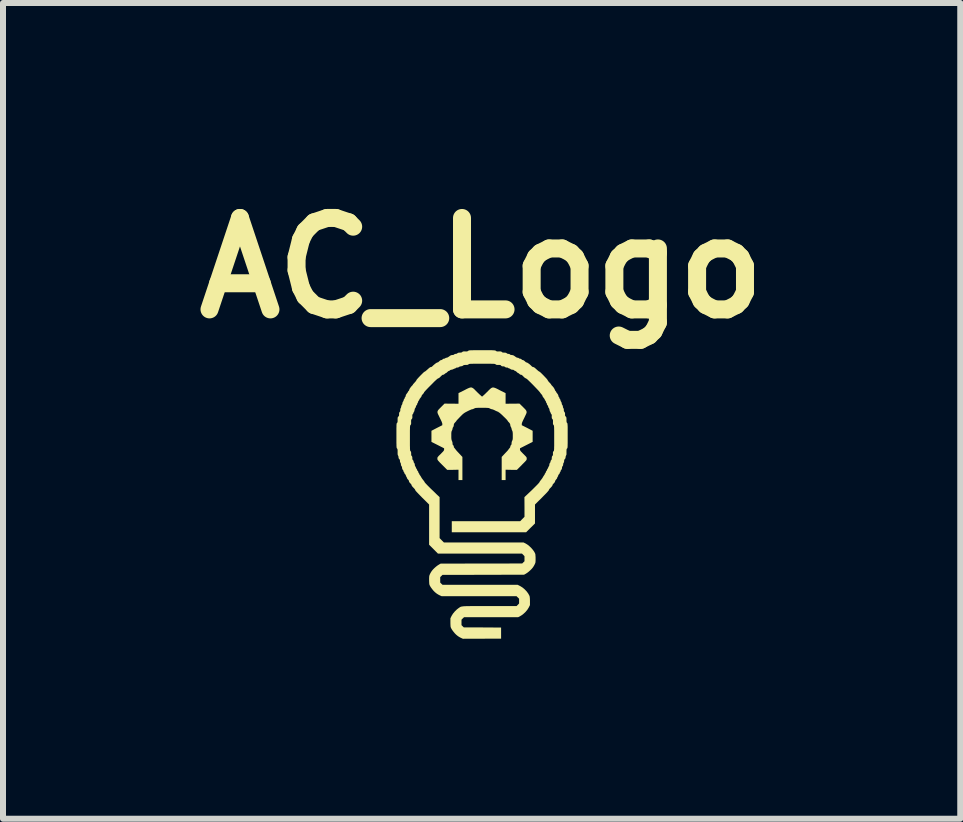
<source format=kicad_pcb>
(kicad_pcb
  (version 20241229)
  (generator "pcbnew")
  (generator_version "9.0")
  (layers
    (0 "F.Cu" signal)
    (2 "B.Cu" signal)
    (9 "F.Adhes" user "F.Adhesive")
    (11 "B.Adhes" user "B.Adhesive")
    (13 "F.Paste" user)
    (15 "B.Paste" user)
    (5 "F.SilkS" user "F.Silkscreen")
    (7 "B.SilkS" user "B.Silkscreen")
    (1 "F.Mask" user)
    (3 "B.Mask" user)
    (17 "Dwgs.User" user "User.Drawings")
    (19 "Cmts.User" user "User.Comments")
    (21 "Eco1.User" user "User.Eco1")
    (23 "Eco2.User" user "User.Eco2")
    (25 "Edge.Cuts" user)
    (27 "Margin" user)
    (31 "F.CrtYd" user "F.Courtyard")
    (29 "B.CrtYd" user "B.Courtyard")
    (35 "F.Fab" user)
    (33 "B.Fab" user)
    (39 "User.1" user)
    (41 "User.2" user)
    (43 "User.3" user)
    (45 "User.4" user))
  (footprint "AC_Logo"
    (layer "F.Cu")
    (at 4.978 5.228)
    (property "Reference" "AC_Logo" (at 0 -3.81 0) (layer "F.SilkS") (effects (font (size 1.524 1.524) (thickness 0.3))))
    (attr board_only exclude_from_pos_files exclude_from_bom)
    (fp_poly (pts (xy 0.203 -1.818) (xy 0.223 -1.812) (xy 0.247 -1.802) (xy 0.277 -1.787) (xy 0.305 -1.772) (xy 0.4 -1.725) (xy 0.4 -1.548) (xy 0.516 -1.549) (xy 0.632 -1.55) (xy 0.692 -1.491) (xy 0.715 -1.468) (xy 0.732 -1.45) (xy 0.743 -1.435) (xy 0.749 -1.42) (xy 0.751 -1.406) (xy 0.747 -1.389) (xy 0.738 -1.368) (xy 0.725 -1.341) (xy 0.711 -1.311) (xy 0.695 -1.279) (xy 0.683 -1.253) (xy 0.675 -1.234) (xy 0.671 -1.22) (xy 0.67 -1.21) (xy 0.67 -1.19) (xy 0.761 -1.144) (xy 0.851 -1.097) (xy 0.851 -0.912) (xy 0.64 -0.805) (xy 0.64 -0.786) (xy 0.64 -0.778) (xy 0.643 -0.771) (xy 0.648 -0.763) (xy 0.656 -0.752) (xy 0.67 -0.738) (xy 0.689 -0.718) (xy 0.696 -0.711) (xy 0.717 -0.69) (xy 0.732 -0.675) (xy 0.742 -0.664) (xy 0.748 -0.655) (xy 0.751 -0.648) (xy 0.752 -0.64) (xy 0.752 -0.633) (xy 0.752 -0.625) (xy 0.751 -0.618) (xy 0.748 -0.612) (xy 0.743 -0.603) (xy 0.734 -0.593) (xy 0.721 -0.579) (xy 0.703 -0.561) (xy 0.679 -0.537) (xy 0.67 -0.527) (xy 0.588 -0.445) (xy 0.494 -0.446) (xy 0.4 -0.448) (xy 0.4 -0.275) (xy 0.335 -0.275) (xy 0.335 -0.661) (xy 0.391 -0.721) (xy 0.41 -0.741) (xy 0.427 -0.759) (xy 0.44 -0.774) (xy 0.447 -0.783) (xy 0.449 -0.786) (xy 0.454 -0.794) (xy 0.463 -0.804) (xy 0.466 -0.808) (xy 0.477 -0.823) (xy 0.479 -0.834) (xy 0.481 -0.846) (xy 0.488 -0.856) (xy 0.497 -0.867) (xy 0.5 -0.88) (xy 0.499 -0.887) (xy 0.502 -0.911) (xy 0.509 -0.929) (xy 0.514 -0.939) (xy 0.517 -0.949) (xy 0.519 -0.962) (xy 0.52 -0.981) (xy 0.52 -1.006) (xy 0.52 -1.015) (xy 0.52 -1.043) (xy 0.519 -1.063) (xy 0.517 -1.077) (xy 0.515 -1.088) (xy 0.511 -1.098) (xy 0.509 -1.101) (xy 0.503 -1.116) (xy 0.499 -1.129) (xy 0.499 -1.133) (xy 0.497 -1.144) (xy 0.49 -1.156) (xy 0.49 -1.157) (xy 0.481 -1.175) (xy 0.478 -1.193) (xy 0.476 -1.207) (xy 0.471 -1.218) (xy 0.461 -1.231) (xy 0.456 -1.237) (xy 0.444 -1.249) (xy 0.437 -1.259) (xy 0.434 -1.263) (xy 0.431 -1.269) (xy 0.422 -1.28) (xy 0.408 -1.295) (xy 0.391 -1.312) (xy 0.371 -1.331) (xy 0.352 -1.35) (xy 0.333 -1.368) (xy 0.316 -1.383) (xy 0.303 -1.394) (xy 0.295 -1.4) (xy 0.295 -1.4) (xy 0.284 -1.406) (xy 0.28 -1.41) (xy 0.28 -1.411) (xy 0.276 -1.414) (xy 0.272 -1.415) (xy 0.265 -1.417) (xy 0.251 -1.423) (xy 0.233 -1.431) (xy 0.224 -1.436) (xy 0.205 -1.445) (xy 0.188 -1.452) (xy 0.177 -1.455) (xy 0.174 -1.456) (xy 0.165 -1.457) (xy 0.151 -1.462) (xy 0.141 -1.467) (xy 0.132 -1.471) (xy 0.124 -1.475) (xy 0.115 -1.477) (xy 0.103 -1.478) (xy 0.088 -1.479) (xy 0.067 -1.48) (xy 0.039 -1.48) (xy 0.007 -1.48) (xy -0.028 -1.48) (xy -0.055 -1.48) (xy -0.075 -1.479) (xy -0.09 -1.478) (xy -0.101 -1.477) (xy -0.11 -1.474) (xy -0.118 -1.471) (xy -0.126 -1.467) (xy -0.141 -1.46) (xy -0.154 -1.456) (xy -0.159 -1.456) (xy -0.166 -1.454) (xy -0.181 -1.448) (xy -0.2 -1.44) (xy -0.223 -1.429) (xy -0.233 -1.424) (xy -0.256 -1.412) (xy -0.275 -1.402) (xy -0.29 -1.392) (xy -0.305 -1.381) (xy -0.32 -1.368) (xy -0.338 -1.35) (xy -0.359 -1.329) (xy -0.379 -1.308) (xy -0.396 -1.29) (xy -0.41 -1.276) (xy -0.418 -1.266) (xy -0.42 -1.262) (xy -0.423 -1.257) (xy -0.431 -1.248) (xy -0.441 -1.237) (xy -0.453 -1.223) (xy -0.46 -1.212) (xy -0.463 -1.199) (xy -0.463 -1.193) (xy -0.467 -1.17) (xy -0.475 -1.157) (xy -0.482 -1.145) (xy -0.484 -1.133) (xy -0.484 -1.133) (xy -0.486 -1.122) (xy -0.491 -1.108) (xy -0.494 -1.101) (xy -0.499 -1.092) (xy -0.502 -1.081) (xy -0.504 -1.068) (xy -0.505 -1.05) (xy -0.505 -1.025) (xy -0.505 -1.015) (xy -0.505 -0.987) (xy -0.504 -0.967) (xy -0.502 -0.953) (xy -0.5 -0.941) (xy -0.496 -0.932) (xy -0.494 -0.929) (xy -0.486 -0.904) (xy -0.484 -0.887) (xy -0.484 -0.872) (xy -0.478 -0.86) (xy -0.473 -0.856) (xy -0.464 -0.843) (xy -0.464 -0.834) (xy -0.462 -0.822) (xy -0.451 -0.808) (xy -0.442 -0.797) (xy -0.435 -0.788) (xy -0.434 -0.786) (xy -0.43 -0.781) (xy -0.421 -0.77) (xy -0.407 -0.754) (xy -0.389 -0.735) (xy -0.376 -0.721) (xy -0.32 -0.661) (xy -0.32 -0.275) (xy -0.385 -0.275) (xy -0.385 -0.361) (xy -0.385 -0.448) (xy -0.479 -0.446) (xy -0.573 -0.445) (xy -0.655 -0.527) (xy -0.681 -0.553) (xy -0.701 -0.573) (xy -0.715 -0.589) (xy -0.725 -0.6) (xy -0.731 -0.609) (xy -0.735 -0.616) (xy -0.737 -0.623) (xy -0.737 -0.63) (xy -0.737 -0.633) (xy -0.737 -0.641) (xy -0.736 -0.649) (xy -0.733 -0.656) (xy -0.726 -0.665) (xy -0.716 -0.677) (xy -0.7 -0.693) (xy -0.681 -0.711) (xy -0.66 -0.733) (xy -0.645 -0.748) (xy -0.635 -0.76) (xy -0.629 -0.769) (xy -0.626 -0.776) (xy -0.625 -0.783) (xy -0.625 -0.786) (xy -0.625 -0.805) (xy -0.731 -0.859) (xy -0.836 -0.912) (xy -0.836 -1.097) (xy -0.746 -1.144) (xy -0.655 -1.19) (xy -0.655 -1.21) (xy -0.656 -1.221) (xy -0.661 -1.235) (xy -0.668 -1.254) (xy -0.68 -1.279) (xy -0.696 -1.311) (xy -0.712 -1.345) (xy -0.725 -1.371) (xy -0.733 -1.391) (xy -0.736 -1.408) (xy -0.734 -1.422) (xy -0.727 -1.437) (xy -0.715 -1.452) (xy -0.697 -1.471) (xy -0.677 -1.491) (xy -0.618 -1.55) (xy -0.385 -1.548) (xy -0.385 -1.725) (xy -0.29 -1.772) (xy -0.254 -1.791) (xy -0.225 -1.805) (xy -0.203 -1.814) (xy -0.184 -1.819) (xy -0.168 -1.819) (xy -0.153 -1.813) (xy -0.137 -1.803) (xy -0.119 -1.787) (xy -0.097 -1.764) (xy -0.076 -1.743) (xy -0.053 -1.721) (xy -0.032 -1.701) (xy -0.014 -1.685) (xy -0.001 -1.673) (xy 0.007 -1.668) (xy 0.008 -1.667) (xy 0.014 -1.671) (xy 0.025 -1.681) (xy 0.041 -1.695) (xy 0.061 -1.714) (xy 0.083 -1.736) (xy 0.092 -1.744) (xy 0.118 -1.771) (xy 0.139 -1.791) (xy 0.156 -1.806) (xy 0.172 -1.815) (xy 0.187 -1.819)) (stroke (width 0) (type solid)) (fill yes) (layer "F.SilkS"))
    (fp_poly (pts (xy 0.06 -2.44) (xy 0.103 -2.44) (xy 0.139 -2.44) (xy 0.167 -2.44) (xy 0.188 -2.439) (xy 0.205 -2.438) (xy 0.217 -2.437) (xy 0.225 -2.436) (xy 0.23 -2.435) (xy 0.234 -2.433) (xy 0.237 -2.43) (xy 0.238 -2.429) (xy 0.246 -2.424) (xy 0.254 -2.421) (xy 0.267 -2.419) (xy 0.287 -2.42) (xy 0.289 -2.42) (xy 0.309 -2.42) (xy 0.322 -2.419) (xy 0.331 -2.416) (xy 0.337 -2.411) (xy 0.337 -2.41) (xy 0.345 -2.404) (xy 0.356 -2.401) (xy 0.374 -2.4) (xy 0.377 -2.4) (xy 0.396 -2.399) (xy 0.408 -2.396) (xy 0.418 -2.39) (xy 0.419 -2.389) (xy 0.434 -2.38) (xy 0.447 -2.379) (xy 0.463 -2.377) (xy 0.472 -2.37) (xy 0.484 -2.362) (xy 0.503 -2.36) (xy 0.503 -2.36) (xy 0.526 -2.356) (xy 0.541 -2.348) (xy 0.562 -2.333) (xy 0.577 -2.323) (xy 0.588 -2.317) (xy 0.597 -2.315) (xy 0.6 -2.315) (xy 0.614 -2.312) (xy 0.622 -2.306) (xy 0.634 -2.299) (xy 0.641 -2.299) (xy 0.655 -2.296) (xy 0.665 -2.288) (xy 0.678 -2.278) (xy 0.69 -2.275) (xy 0.704 -2.27) (xy 0.721 -2.256) (xy 0.722 -2.255) (xy 0.733 -2.245) (xy 0.741 -2.238) (xy 0.744 -2.237) (xy 0.75 -2.237) (xy 0.762 -2.232) (xy 0.778 -2.222) (xy 0.795 -2.21) (xy 0.811 -2.196) (xy 0.822 -2.186) (xy 0.838 -2.17) (xy 0.85 -2.162) (xy 0.859 -2.158) (xy 0.862 -2.159) (xy 0.869 -2.158) (xy 0.879 -2.152) (xy 0.893 -2.141) (xy 0.912 -2.124) (xy 0.915 -2.121) (xy 0.932 -2.106) (xy 0.947 -2.093) (xy 0.958 -2.086) (xy 0.963 -2.083) (xy 0.968 -2.081) (xy 0.979 -2.072) (xy 0.994 -2.058) (xy 1.011 -2.041) (xy 1.03 -2.022) (xy 1.049 -2.002) (xy 1.067 -1.983) (xy 1.083 -1.966) (xy 1.094 -1.952) (xy 1.101 -1.943) (xy 1.101 -1.941) (xy 1.106 -1.932) (xy 1.115 -1.919) (xy 1.128 -1.904) (xy 1.132 -1.901) (xy 1.145 -1.887) (xy 1.155 -1.875) (xy 1.16 -1.868) (xy 1.16 -1.867) (xy 1.163 -1.86) (xy 1.171 -1.852) (xy 1.184 -1.838) (xy 1.198 -1.822) (xy 1.209 -1.805) (xy 1.217 -1.791) (xy 1.22 -1.783) (xy 1.224 -1.772) (xy 1.232 -1.76) (xy 1.232 -1.76) (xy 1.24 -1.752) (xy 1.243 -1.746) (xy 1.243 -1.746) (xy 1.244 -1.741) (xy 1.251 -1.731) (xy 1.26 -1.72) (xy 1.274 -1.699) (xy 1.28 -1.683) (xy 1.28 -1.681) (xy 1.283 -1.667) (xy 1.29 -1.658) (xy 1.296 -1.649) (xy 1.297 -1.643) (xy 1.299 -1.635) (xy 1.305 -1.628) (xy 1.313 -1.616) (xy 1.315 -1.605) (xy 1.319 -1.591) (xy 1.325 -1.583) (xy 1.333 -1.568) (xy 1.335 -1.555) (xy 1.339 -1.536) (xy 1.345 -1.528) (xy 1.353 -1.514) (xy 1.355 -1.501) (xy 1.357 -1.486) (xy 1.363 -1.474) (xy 1.364 -1.474) (xy 1.37 -1.46) (xy 1.371 -1.444) (xy 1.371 -1.428) (xy 1.378 -1.415) (xy 1.38 -1.412) (xy 1.387 -1.402) (xy 1.391 -1.391) (xy 1.391 -1.374) (xy 1.391 -1.357) (xy 1.393 -1.346) (xy 1.4 -1.337) (xy 1.402 -1.335) (xy 1.408 -1.329) (xy 1.412 -1.321) (xy 1.414 -1.311) (xy 1.415 -1.295) (xy 1.415 -1.28) (xy 1.415 -1.258) (xy 1.417 -1.244) (xy 1.419 -1.235) (xy 1.424 -1.229) (xy 1.425 -1.228) (xy 1.427 -1.225) (xy 1.43 -1.222) (xy 1.431 -1.216) (xy 1.432 -1.208) (xy 1.433 -1.197) (xy 1.434 -1.181) (xy 1.435 -1.159) (xy 1.435 -1.131) (xy 1.435 -1.095) (xy 1.435 -1.051) (xy 1.435 -1.015) (xy 1.435 -0.965) (xy 1.435 -0.923) (xy 1.435 -0.89) (xy 1.434 -0.864) (xy 1.434 -0.844) (xy 1.433 -0.829) (xy 1.432 -0.819) (xy 1.431 -0.812) (xy 1.429 -0.807) (xy 1.427 -0.804) (xy 1.425 -0.802) (xy 1.42 -0.797) (xy 1.417 -0.79) (xy 1.416 -0.779) (xy 1.415 -0.762) (xy 1.415 -0.744) (xy 1.415 -0.72) (xy 1.415 -0.703) (xy 1.412 -0.693) (xy 1.409 -0.686) (xy 1.408 -0.686) (xy 1.403 -0.674) (xy 1.4 -0.658) (xy 1.4 -0.657) (xy 1.398 -0.64) (xy 1.389 -0.627) (xy 1.387 -0.625) (xy 1.378 -0.613) (xy 1.376 -0.599) (xy 1.376 -0.594) (xy 1.374 -0.575) (xy 1.369 -0.566) (xy 1.362 -0.554) (xy 1.36 -0.537) (xy 1.357 -0.518) (xy 1.35 -0.507) (xy 1.342 -0.495) (xy 1.34 -0.478) (xy 1.338 -0.461) (xy 1.33 -0.448) (xy 1.327 -0.445) (xy 1.319 -0.434) (xy 1.317 -0.424) (xy 1.317 -0.424) (xy 1.315 -0.415) (xy 1.309 -0.407) (xy 1.303 -0.398) (xy 1.302 -0.392) (xy 1.3 -0.385) (xy 1.293 -0.375) (xy 1.289 -0.372) (xy 1.28 -0.36) (xy 1.276 -0.35) (xy 1.277 -0.349) (xy 1.275 -0.34) (xy 1.269 -0.332) (xy 1.262 -0.321) (xy 1.26 -0.313) (xy 1.257 -0.303) (xy 1.248 -0.291) (xy 1.242 -0.285) (xy 1.23 -0.269) (xy 1.225 -0.255) (xy 1.225 -0.255) (xy 1.221 -0.242) (xy 1.208 -0.226) (xy 1.202 -0.22) (xy 1.189 -0.205) (xy 1.182 -0.194) (xy 1.182 -0.189) (xy 1.179 -0.181) (xy 1.169 -0.168) (xy 1.153 -0.15) (xy 1.152 -0.149) (xy 1.135 -0.132) (xy 1.125 -0.118) (xy 1.122 -0.11) (xy 1.122 -0.109) (xy 1.119 -0.103) (xy 1.108 -0.09) (xy 1.091 -0.07) (xy 1.066 -0.044) (xy 1.033 -0.011) (xy 1.007 0.016) (xy 0.89 0.132) (xy 0.89 0.29) (xy 0.89 0.448) (xy 0.816 0.521) (xy 0.742 0.595) (xy -0.497 0.595) (xy -0.497 0.41) (xy 0.643 0.41) (xy 0.715 0.337) (xy 0.715 0.173) (xy 0.714 0.009) (xy 0.768 -0.042) (xy 0.806 -0.078) (xy 0.841 -0.111) (xy 0.873 -0.143) (xy 0.901 -0.171) (xy 0.925 -0.195) (xy 0.944 -0.215) (xy 0.957 -0.23) (xy 0.964 -0.239) (xy 0.965 -0.241) (xy 0.968 -0.248) (xy 0.976 -0.26) (xy 0.987 -0.274) (xy 0.988 -0.275) (xy 1.001 -0.292) (xy 1.014 -0.31) (xy 1.021 -0.322) (xy 1.03 -0.338) (xy 1.041 -0.354) (xy 1.043 -0.357) (xy 1.05 -0.367) (xy 1.053 -0.374) (xy 1.053 -0.375) (xy 1.054 -0.381) (xy 1.06 -0.388) (xy 1.068 -0.398) (xy 1.07 -0.407) (xy 1.074 -0.419) (xy 1.08 -0.427) (xy 1.088 -0.437) (xy 1.09 -0.444) (xy 1.093 -0.454) (xy 1.098 -0.461) (xy 1.106 -0.473) (xy 1.109 -0.481) (xy 1.113 -0.492) (xy 1.12 -0.504) (xy 1.129 -0.522) (xy 1.129 -0.533) (xy 1.132 -0.55) (xy 1.14 -0.562) (xy 1.148 -0.575) (xy 1.149 -0.584) (xy 1.151 -0.596) (xy 1.158 -0.606) (xy 1.166 -0.615) (xy 1.169 -0.627) (xy 1.17 -0.643) (xy 1.171 -0.661) (xy 1.175 -0.672) (xy 1.18 -0.678) (xy 1.186 -0.685) (xy 1.189 -0.695) (xy 1.19 -0.712) (xy 1.189 -0.716) (xy 1.189 -0.734) (xy 1.192 -0.746) (xy 1.198 -0.755) (xy 1.199 -0.757) (xy 1.202 -0.76) (xy 1.204 -0.763) (xy 1.206 -0.768) (xy 1.207 -0.775) (xy 1.208 -0.786) (xy 1.209 -0.801) (xy 1.209 -0.821) (xy 1.21 -0.847) (xy 1.21 -0.88) (xy 1.21 -0.921) (xy 1.21 -0.971) (xy 1.21 -0.975) (xy 1.21 -1.026) (xy 1.21 -1.068) (xy 1.21 -1.101) (xy 1.209 -1.128) (xy 1.209 -1.148) (xy 1.208 -1.163) (xy 1.207 -1.174) (xy 1.206 -1.182) (xy 1.204 -1.187) (xy 1.202 -1.19) (xy 1.199 -1.193) (xy 1.199 -1.193) (xy 1.194 -1.201) (xy 1.191 -1.209) (xy 1.189 -1.223) (xy 1.19 -1.243) (xy 1.19 -1.263) (xy 1.189 -1.276) (xy 1.186 -1.285) (xy 1.18 -1.293) (xy 1.18 -1.293) (xy 1.173 -1.301) (xy 1.17 -1.311) (xy 1.169 -1.327) (xy 1.169 -1.336) (xy 1.17 -1.355) (xy 1.168 -1.366) (xy 1.163 -1.374) (xy 1.16 -1.377) (xy 1.153 -1.388) (xy 1.15 -1.397) (xy 1.146 -1.409) (xy 1.141 -1.417) (xy 1.134 -1.429) (xy 1.134 -1.437) (xy 1.133 -1.447) (xy 1.131 -1.452) (xy 1.127 -1.459) (xy 1.128 -1.462) (xy 1.126 -1.469) (xy 1.12 -1.477) (xy 1.112 -1.489) (xy 1.11 -1.5) (xy 1.106 -1.513) (xy 1.098 -1.524) (xy 1.09 -1.535) (xy 1.088 -1.544) (xy 1.087 -1.554) (xy 1.081 -1.562) (xy 1.074 -1.571) (xy 1.073 -1.578) (xy 1.072 -1.586) (xy 1.065 -1.597) (xy 1.063 -1.599) (xy 1.055 -1.609) (xy 1.053 -1.616) (xy 1.053 -1.616) (xy 1.052 -1.622) (xy 1.045 -1.632) (xy 1.035 -1.645) (xy 1.034 -1.646) (xy 1.024 -1.66) (xy 1.016 -1.672) (xy 1.014 -1.679) (xy 1.012 -1.686) (xy 1.004 -1.698) (xy 0.996 -1.707) (xy 0.985 -1.72) (xy 0.977 -1.731) (xy 0.974 -1.736) (xy 0.97 -1.741) (xy 0.96 -1.753) (xy 0.946 -1.769) (xy 0.927 -1.789) (xy 0.905 -1.812) (xy 0.881 -1.837) (xy 0.857 -1.862) (xy 0.832 -1.887) (xy 0.809 -1.91) (xy 0.788 -1.93) (xy 0.773 -1.945) (xy 0.758 -1.958) (xy 0.744 -1.968) (xy 0.735 -1.972) (xy 0.733 -1.973) (xy 0.725 -1.977) (xy 0.713 -1.986) (xy 0.699 -2) (xy 0.696 -2.003) (xy 0.68 -2.019) (xy 0.668 -2.028) (xy 0.659 -2.031) (xy 0.657 -2.031) (xy 0.643 -2.034) (xy 0.63 -2.045) (xy 0.619 -2.054) (xy 0.61 -2.06) (xy 0.608 -2.06) (xy 0.601 -2.063) (xy 0.591 -2.072) (xy 0.585 -2.078) (xy 0.573 -2.088) (xy 0.563 -2.094) (xy 0.56 -2.095) (xy 0.55 -2.098) (xy 0.542 -2.105) (xy 0.53 -2.113) (xy 0.512 -2.115) (xy 0.494 -2.118) (xy 0.482 -2.125) (xy 0.472 -2.133) (xy 0.463 -2.135) (xy 0.451 -2.139) (xy 0.443 -2.144) (xy 0.431 -2.151) (xy 0.42 -2.151) (xy 0.405 -2.152) (xy 0.392 -2.16) (xy 0.38 -2.168) (xy 0.366 -2.171) (xy 0.359 -2.171) (xy 0.343 -2.171) (xy 0.333 -2.176) (xy 0.326 -2.182) (xy 0.319 -2.189) (xy 0.312 -2.193) (xy 0.3 -2.195) (xy 0.282 -2.195) (xy 0.278 -2.195) (xy 0.258 -2.195) (xy 0.245 -2.197) (xy 0.237 -2.201) (xy 0.233 -2.205) (xy 0.23 -2.207) (xy 0.227 -2.209) (xy 0.222 -2.211) (xy 0.214 -2.212) (xy 0.203 -2.213) (xy 0.187 -2.214) (xy 0.166 -2.214) (xy 0.139 -2.215) (xy 0.104 -2.215) (xy 0.061 -2.215) (xy 0.01 -2.215) (xy 0.007 -2.215) (xy -0.045 -2.215) (xy -0.088 -2.215) (xy -0.123 -2.215) (xy -0.15 -2.214) (xy -0.171 -2.214) (xy -0.187 -2.213) (xy -0.199 -2.212) (xy -0.206 -2.211) (xy -0.212 -2.209) (xy -0.215 -2.207) (xy -0.217 -2.205) (xy -0.218 -2.205) (xy -0.224 -2.199) (xy -0.234 -2.196) (xy -0.25 -2.195) (xy -0.262 -2.195) (xy -0.282 -2.194) (xy -0.295 -2.192) (xy -0.304 -2.188) (xy -0.309 -2.184) (xy -0.324 -2.175) (xy -0.343 -2.172) (xy -0.364 -2.168) (xy -0.378 -2.16) (xy -0.391 -2.152) (xy -0.405 -2.151) (xy -0.42 -2.15) (xy -0.428 -2.144) (xy -0.438 -2.137) (xy -0.446 -2.135) (xy -0.456 -2.132) (xy -0.469 -2.126) (xy -0.471 -2.125) (xy -0.486 -2.118) (xy -0.502 -2.115) (xy -0.503 -2.115) (xy -0.519 -2.111) (xy -0.527 -2.105) (xy -0.537 -2.097) (xy -0.545 -2.095) (xy -0.553 -2.092) (xy -0.564 -2.083) (xy -0.57 -2.078) (xy -0.581 -2.067) (xy -0.59 -2.061) (xy -0.593 -2.06) (xy -0.6 -2.057) (xy -0.611 -2.048) (xy -0.615 -2.045) (xy -0.63 -2.033) (xy -0.642 -2.031) (xy -0.65 -2.03) (xy -0.66 -2.023) (xy -0.674 -2.01) (xy -0.681 -2.003) (xy -0.695 -1.989) (xy -0.708 -1.978) (xy -0.717 -1.973) (xy -0.718 -1.973) (xy -0.728 -1.969) (xy -0.743 -1.958) (xy -0.764 -1.939) (xy -0.791 -1.914) (xy -0.814 -1.89) (xy -0.853 -1.851) (xy -0.885 -1.819) (xy -0.91 -1.793) (xy -0.93 -1.772) (xy -0.944 -1.756) (xy -0.954 -1.745) (xy -0.959 -1.738) (xy -0.96 -1.735) (xy -0.963 -1.727) (xy -0.972 -1.716) (xy -0.98 -1.707) (xy -0.991 -1.695) (xy -0.998 -1.685) (xy -0.999 -1.68) (xy -1.001 -1.672) (xy -1.009 -1.66) (xy -1.019 -1.646) (xy -1.03 -1.632) (xy -1.037 -1.622) (xy -1.038 -1.616) (xy -1.038 -1.616) (xy -1.039 -1.611) (xy -1.046 -1.602) (xy -1.048 -1.599) (xy -1.056 -1.589) (xy -1.059 -1.58) (xy -1.058 -1.578) (xy -1.06 -1.57) (xy -1.066 -1.562) (xy -1.072 -1.552) (xy -1.073 -1.544) (xy -1.075 -1.535) (xy -1.083 -1.524) (xy -1.092 -1.512) (xy -1.095 -1.5) (xy -1.099 -1.486) (xy -1.105 -1.477) (xy -1.112 -1.468) (xy -1.113 -1.462) (xy -1.114 -1.454) (xy -1.116 -1.452) (xy -1.119 -1.445) (xy -1.119 -1.437) (xy -1.121 -1.423) (xy -1.126 -1.417) (xy -1.133 -1.406) (xy -1.135 -1.397) (xy -1.139 -1.386) (xy -1.145 -1.377) (xy -1.151 -1.37) (xy -1.154 -1.361) (xy -1.155 -1.346) (xy -1.154 -1.336) (xy -1.154 -1.318) (xy -1.156 -1.306) (xy -1.161 -1.297) (xy -1.165 -1.293) (xy -1.17 -1.286) (xy -1.174 -1.277) (xy -1.175 -1.264) (xy -1.175 -1.244) (xy -1.175 -1.243) (xy -1.174 -1.223) (xy -1.176 -1.209) (xy -1.179 -1.201) (xy -1.184 -1.193) (xy -1.187 -1.19) (xy -1.189 -1.187) (xy -1.191 -1.182) (xy -1.192 -1.175) (xy -1.193 -1.164) (xy -1.194 -1.149) (xy -1.194 -1.129) (xy -1.195 -1.102) (xy -1.195 -1.069) (xy -1.195 -1.027) (xy -1.195 -0.977) (xy -1.195 -0.975) (xy -1.195 -0.924) (xy -1.195 -0.882) (xy -1.195 -0.849) (xy -1.194 -0.822) (xy -1.194 -0.802) (xy -1.193 -0.787) (xy -1.192 -0.776) (xy -1.191 -0.768) (xy -1.189 -0.763) (xy -1.187 -0.76) (xy -1.184 -0.757) (xy -1.184 -0.757) (xy -1.178 -0.748) (xy -1.175 -0.737) (xy -1.174 -0.72) (xy -1.174 -0.716) (xy -1.174 -0.698) (xy -1.172 -0.687) (xy -1.167 -0.679) (xy -1.165 -0.678) (xy -1.159 -0.669) (xy -1.155 -0.655) (xy -1.155 -0.643) (xy -1.154 -0.625) (xy -1.15 -0.614) (xy -1.143 -0.606) (xy -1.134 -0.593) (xy -1.134 -0.584) (xy -1.132 -0.573) (xy -1.125 -0.562) (xy -1.115 -0.547) (xy -1.114 -0.533) (xy -1.111 -0.514) (xy -1.105 -0.504) (xy -1.098 -0.492) (xy -1.094 -0.481) (xy -1.089 -0.469) (xy -1.083 -0.461) (xy -1.077 -0.451) (xy -1.075 -0.444) (xy -1.072 -0.435) (xy -1.065 -0.427) (xy -1.057 -0.417) (xy -1.055 -0.407) (xy -1.051 -0.396) (xy -1.045 -0.388) (xy -1.039 -0.38) (xy -1.038 -0.375) (xy -1.036 -0.369) (xy -1.03 -0.359) (xy -1.028 -0.357) (xy -1.018 -0.343) (xy -1.008 -0.326) (xy -1.006 -0.322) (xy -0.997 -0.307) (xy -0.984 -0.289) (xy -0.973 -0.275) (xy -0.961 -0.26) (xy -0.953 -0.248) (xy -0.95 -0.241) (xy -0.95 -0.241) (xy -0.946 -0.235) (xy -0.936 -0.223) (xy -0.92 -0.206) (xy -0.899 -0.184) (xy -0.872 -0.157) (xy -0.842 -0.127) (xy -0.808 -0.095) (xy -0.772 -0.06) (xy -0.754 -0.042) (xy -0.7 0.009) (xy -0.7 0.35) (xy -0.7 0.692) (xy -0.664 0.729) (xy -0.628 0.765) (xy 0.7 0.765) (xy 0.736 0.783) (xy 0.765 0.801) (xy 0.795 0.825) (xy 0.825 0.853) (xy 0.851 0.883) (xy 0.874 0.914) (xy 0.89 0.943) (xy 0.894 0.954) (xy 0.897 0.966) (xy 0.898 0.985) (xy 0.9 1.009) (xy 0.9 1.034) (xy 0.9 1.061) (xy 0.899 1.08) (xy 0.898 1.095) (xy 0.895 1.107) (xy 0.89 1.119) (xy 0.885 1.13) (xy 0.874 1.151) (xy 0.861 1.172) (xy 0.851 1.186) (xy 0.834 1.206) (xy 0.811 1.229) (xy 0.785 1.252) (xy 0.759 1.272) (xy 0.735 1.287) (xy 0.734 1.288) (xy 0.708 1.302) (xy 0.028 1.304) (xy -0.652 1.305) (xy -0.671 1.324) (xy -0.69 1.342) (xy -0.69 1.433) (xy -0.671 1.452) (xy -0.652 1.47) (xy -0.026 1.47) (xy 0.6 1.47) (xy 0.644 1.492) (xy 0.681 1.515) (xy 0.716 1.544) (xy 0.749 1.578) (xy 0.776 1.614) (xy 0.796 1.65) (xy 0.797 1.653) (xy 0.801 1.664) (xy 0.803 1.679) (xy 0.805 1.7) (xy 0.806 1.728) (xy 0.806 1.741) (xy 0.806 1.809) (xy 0.785 1.851) (xy 0.763 1.886) (xy 0.733 1.922) (xy 0.699 1.954) (xy 0.663 1.981) (xy 0.646 1.991) (xy 0.61 2.01) (xy 0.159 2.01) (xy -0.292 2.01) (xy -0.314 2.031) (xy -0.335 2.052) (xy -0.335 2.143) (xy -0.316 2.162) (xy -0.297 2.18) (xy 0.014 2.181) (xy 0.325 2.183) (xy 0.325 2.368) (xy -0.312 2.37) (xy -0.345 2.355) (xy -0.366 2.344) (xy -0.387 2.331) (xy -0.401 2.321) (xy -0.423 2.303) (xy -0.447 2.279) (xy -0.47 2.251) (xy -0.49 2.224) (xy -0.504 2.201) (xy -0.51 2.189) (xy -0.514 2.179) (xy -0.517 2.168) (xy -0.518 2.155) (xy -0.519 2.136) (xy -0.52 2.111) (xy -0.52 2.1) (xy -0.52 2.029) (xy -0.5 1.988) (xy -0.477 1.951) (xy -0.447 1.915) (xy -0.412 1.881) (xy -0.385 1.86) (xy -0.376 1.854) (xy -0.369 1.849) (xy -0.362 1.844) (xy -0.355 1.84) (xy -0.347 1.837) (xy -0.338 1.834) (xy -0.326 1.832) (xy -0.312 1.83) (xy -0.294 1.828) (xy -0.272 1.827) (xy -0.245 1.826) (xy -0.213 1.826) (xy -0.175 1.825) (xy -0.13 1.825) (xy -0.077 1.825) (xy -0.017 1.825) (xy 0.052 1.825) (xy 0.13 1.825) (xy 0.132 1.825) (xy 0.583 1.825) (xy 0.604 1.804) (xy 0.625 1.782) (xy 0.625 1.702) (xy 0.603 1.681) (xy 0.582 1.66) (xy -0.043 1.66) (xy -0.667 1.66) (xy -0.7 1.645) (xy -0.721 1.634) (xy -0.742 1.621) (xy -0.756 1.611) (xy -0.778 1.593) (xy -0.802 1.569) (xy -0.825 1.541) (xy -0.845 1.514) (xy -0.859 1.491) (xy -0.865 1.479) (xy -0.869 1.469) (xy -0.872 1.458) (xy -0.873 1.444) (xy -0.874 1.425) (xy -0.875 1.399) (xy -0.875 1.392) (xy -0.875 1.364) (xy -0.874 1.344) (xy -0.873 1.329) (xy -0.871 1.318) (xy -0.867 1.307) (xy -0.862 1.294) (xy -0.86 1.29) (xy -0.849 1.269) (xy -0.836 1.248) (xy -0.826 1.234) (xy -0.809 1.214) (xy -0.786 1.191) (xy -0.76 1.168) (xy -0.734 1.148) (xy -0.71 1.133) (xy -0.709 1.132) (xy -0.682 1.117) (xy -0.003 1.116) (xy 0.677 1.115) (xy 0.696 1.096) (xy 0.715 1.078) (xy 0.715 0.993) (xy 0.694 0.971) (xy 0.673 0.95) (xy -0.728 0.95) (xy -0.875 0.802) (xy -0.875 0.132) (xy -0.992 0.016) (xy -1.029 -0.022) (xy -1.059 -0.053) (xy -1.082 -0.077) (xy -1.098 -0.095) (xy -1.105 -0.106) (xy -1.107 -0.109) (xy -1.109 -0.117) (xy -1.119 -0.13) (xy -1.135 -0.147) (xy -1.137 -0.149) (xy -1.154 -0.167) (xy -1.164 -0.181) (xy -1.167 -0.189) (xy -1.167 -0.189) (xy -1.169 -0.198) (xy -1.178 -0.21) (xy -1.187 -0.22) (xy -1.203 -0.237) (xy -1.21 -0.251) (xy -1.21 -0.255) (xy -1.214 -0.269) (xy -1.227 -0.285) (xy -1.228 -0.285) (xy -1.238 -0.297) (xy -1.244 -0.309) (xy -1.245 -0.313) (xy -1.249 -0.324) (xy -1.254 -0.332) (xy -1.261 -0.342) (xy -1.262 -0.349) (xy -1.264 -0.358) (xy -1.272 -0.37) (xy -1.274 -0.372) (xy -1.283 -0.382) (xy -1.287 -0.39) (xy -1.287 -0.392) (xy -1.289 -0.4) (xy -1.294 -0.407) (xy -1.301 -0.416) (xy -1.302 -0.424) (xy -1.304 -0.433) (xy -1.312 -0.444) (xy -1.312 -0.445) (xy -1.321 -0.457) (xy -1.325 -0.472) (xy -1.325 -0.478) (xy -1.328 -0.496) (xy -1.335 -0.507) (xy -1.343 -0.521) (xy -1.345 -0.537) (xy -1.347 -0.554) (xy -1.354 -0.566) (xy -1.36 -0.581) (xy -1.361 -0.594) (xy -1.362 -0.61) (xy -1.369 -0.622) (xy -1.372 -0.625) (xy -1.382 -0.637) (xy -1.385 -0.654) (xy -1.385 -0.657) (xy -1.387 -0.673) (xy -1.393 -0.685) (xy -1.393 -0.686) (xy -1.397 -0.692) (xy -1.399 -0.702) (xy -1.4 -0.718) (xy -1.4 -0.742) (xy -1.4 -0.744) (xy -1.4 -0.767) (xy -1.401 -0.782) (xy -1.403 -0.792) (xy -1.406 -0.798) (xy -1.41 -0.802) (xy -1.412 -0.805) (xy -1.414 -0.808) (xy -1.416 -0.813) (xy -1.417 -0.821) (xy -1.418 -0.832) (xy -1.419 -0.848) (xy -1.419 -0.869) (xy -1.42 -0.896) (xy -1.42 -0.931) (xy -1.42 -0.974) (xy -1.42 -1.015) (xy -1.42 -1.065) (xy -1.42 -1.107) (xy -1.42 -1.14) (xy -1.419 -1.166) (xy -1.419 -1.186) (xy -1.418 -1.201) (xy -1.417 -1.211) (xy -1.416 -1.218) (xy -1.414 -1.223) (xy -1.412 -1.226) (xy -1.41 -1.228) (xy -1.405 -1.233) (xy -1.402 -1.242) (xy -1.4 -1.255) (xy -1.4 -1.275) (xy -1.4 -1.28) (xy -1.4 -1.301) (xy -1.399 -1.315) (xy -1.396 -1.324) (xy -1.391 -1.331) (xy -1.387 -1.335) (xy -1.379 -1.344) (xy -1.376 -1.354) (xy -1.375 -1.369) (xy -1.376 -1.374) (xy -1.375 -1.391) (xy -1.372 -1.403) (xy -1.365 -1.412) (xy -1.357 -1.424) (xy -1.355 -1.439) (xy -1.356 -1.444) (xy -1.354 -1.464) (xy -1.349 -1.474) (xy -1.343 -1.485) (xy -1.34 -1.5) (xy -1.34 -1.501) (xy -1.336 -1.519) (xy -1.33 -1.528) (xy -1.322 -1.542) (xy -1.32 -1.555) (xy -1.316 -1.574) (xy -1.31 -1.583) (xy -1.302 -1.594) (xy -1.3 -1.605) (xy -1.296 -1.619) (xy -1.29 -1.628) (xy -1.283 -1.636) (xy -1.282 -1.643) (xy -1.28 -1.651) (xy -1.275 -1.658) (xy -1.267 -1.669) (xy -1.265 -1.681) (xy -1.261 -1.697) (xy -1.247 -1.717) (xy -1.245 -1.72) (xy -1.235 -1.733) (xy -1.229 -1.742) (xy -1.228 -1.746) (xy -1.226 -1.751) (xy -1.219 -1.759) (xy -1.217 -1.76) (xy -1.209 -1.771) (xy -1.205 -1.782) (xy -1.205 -1.783) (xy -1.202 -1.793) (xy -1.193 -1.807) (xy -1.181 -1.824) (xy -1.168 -1.84) (xy -1.156 -1.852) (xy -1.148 -1.861) (xy -1.145 -1.867) (xy -1.142 -1.873) (xy -1.133 -1.883) (xy -1.12 -1.897) (xy -1.117 -1.901) (xy -1.103 -1.916) (xy -1.092 -1.93) (xy -1.087 -1.94) (xy -1.086 -1.941) (xy -1.083 -1.948) (xy -1.073 -1.96) (xy -1.059 -1.976) (xy -1.042 -1.994) (xy -1.023 -2.014) (xy -1.004 -2.033) (xy -0.986 -2.051) (xy -0.97 -2.067) (xy -0.957 -2.078) (xy -0.949 -2.083) (xy -0.948 -2.083) (xy -0.942 -2.086) (xy -0.931 -2.094) (xy -0.916 -2.107) (xy -0.9 -2.121) (xy -0.88 -2.139) (xy -0.865 -2.151) (xy -0.855 -2.157) (xy -0.847 -2.159) (xy -0.847 -2.159) (xy -0.839 -2.16) (xy -0.828 -2.166) (xy -0.814 -2.179) (xy -0.807 -2.186) (xy -0.791 -2.2) (xy -0.774 -2.214) (xy -0.758 -2.226) (xy -0.743 -2.234) (xy -0.733 -2.238) (xy -0.729 -2.237) (xy -0.725 -2.239) (xy -0.716 -2.247) (xy -0.707 -2.255) (xy -0.69 -2.27) (xy -0.676 -2.275) (xy -0.675 -2.275) (xy -0.661 -2.279) (xy -0.65 -2.288) (xy -0.636 -2.298) (xy -0.626 -2.299) (xy -0.614 -2.301) (xy -0.607 -2.306) (xy -0.595 -2.313) (xy -0.585 -2.315) (xy -0.577 -2.316) (xy -0.567 -2.32) (xy -0.553 -2.328) (xy -0.534 -2.341) (xy -0.526 -2.348) (xy -0.504 -2.358) (xy -0.488 -2.36) (xy -0.469 -2.362) (xy -0.457 -2.37) (xy -0.457 -2.37) (xy -0.444 -2.378) (xy -0.432 -2.379) (xy -0.414 -2.382) (xy -0.404 -2.389) (xy -0.394 -2.396) (xy -0.382 -2.399) (xy -0.364 -2.4) (xy -0.362 -2.4) (xy -0.343 -2.401) (xy -0.331 -2.404) (xy -0.323 -2.409) (xy -0.322 -2.41) (xy -0.316 -2.416) (xy -0.308 -2.419) (xy -0.295 -2.42) (xy -0.275 -2.42) (xy -0.274 -2.42) (xy -0.253 -2.419) (xy -0.24 -2.421) (xy -0.231 -2.424) (xy -0.224 -2.429) (xy -0.223 -2.429) (xy -0.22 -2.432) (xy -0.217 -2.434) (xy -0.212 -2.436) (xy -0.205 -2.437) (xy -0.195 -2.438) (xy -0.18 -2.439) (xy -0.161 -2.439) (xy -0.135 -2.44) (xy -0.103 -2.44) (xy -0.062 -2.44) (xy -0.013 -2.44) (xy 0.007 -2.44)) (stroke (width 0) (type solid)) (fill yes) (layer "F.SilkS")))
  (gr_rect
    (start -3 -3)
    (end 12.957 10.598)
    (stroke (width 0.1) (type default))
    (fill no)
    (layer "Edge.Cuts")))
</source>
